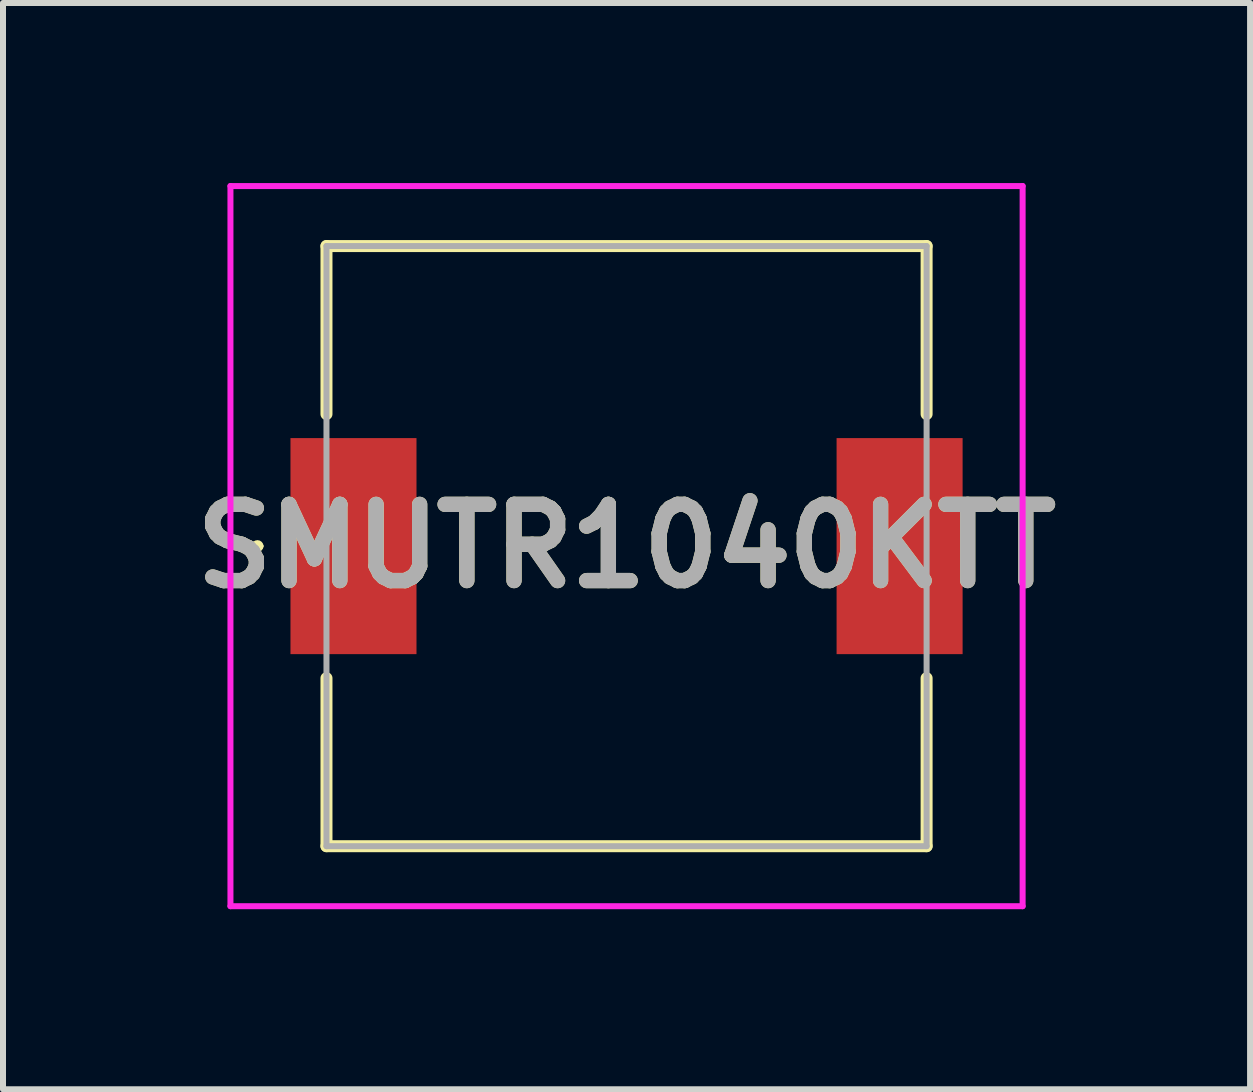
<source format=kicad_pcb>
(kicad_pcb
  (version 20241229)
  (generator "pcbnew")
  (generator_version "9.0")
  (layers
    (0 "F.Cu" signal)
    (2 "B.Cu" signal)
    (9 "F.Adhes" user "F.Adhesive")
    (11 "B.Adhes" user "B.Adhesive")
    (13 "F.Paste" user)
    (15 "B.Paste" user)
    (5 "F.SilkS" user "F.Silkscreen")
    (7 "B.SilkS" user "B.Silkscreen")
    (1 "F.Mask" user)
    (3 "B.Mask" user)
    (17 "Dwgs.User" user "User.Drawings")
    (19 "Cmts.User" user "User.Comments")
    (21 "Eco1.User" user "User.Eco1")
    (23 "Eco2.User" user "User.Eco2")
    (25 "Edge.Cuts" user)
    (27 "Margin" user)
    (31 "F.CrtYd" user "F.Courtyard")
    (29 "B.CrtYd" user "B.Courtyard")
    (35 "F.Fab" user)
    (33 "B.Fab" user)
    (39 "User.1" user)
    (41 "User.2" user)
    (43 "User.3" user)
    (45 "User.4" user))
  (footprint "SMUTR1040KTT"
    (layer "F.Cu")
    (at 7.39 6.05)
    (property "Reference" "SMUTR1040KTT" (at 0 0 0) (layer "F.SilkS") (effects (font (size 1.27 1.27) (thickness 0.254))))
    (attr smd)
    (fp_line (start -6.2 0) (end -6.2 0) (stroke (width 0.1) (type solid)) (layer "F.SilkS"))
    (fp_line (start -6.1 0) (end -6.1 0) (stroke (width 0.1) (type solid)) (layer "F.SilkS"))
    (fp_line (start -5 -5) (end 5 -5) (stroke (width 0.2) (type solid)) (layer "F.SilkS"))
    (fp_line (start -5 -2.2) (end -5 -5) (stroke (width 0.2) (type solid)) (layer "F.SilkS"))
    (fp_line (start -5 2.2) (end -5 5) (stroke (width 0.2) (type solid)) (layer "F.SilkS"))
    (fp_line (start -5 5) (end 5 5) (stroke (width 0.2) (type solid)) (layer "F.SilkS"))
    (fp_line (start 5 -5) (end 5 -2.2) (stroke (width 0.2) (type solid)) (layer "F.SilkS"))
    (fp_line (start 5 5) (end 5 2.2) (stroke (width 0.2) (type solid)) (layer "F.SilkS"))
    (fp_arc (start -6.2 0) (mid -6.15 -0.05) (end -6.1 0) (stroke (width 0.1) (type solid)) (layer "F.SilkS"))
    (fp_arc (start -6.1 0) (mid -6.15 0.05) (end -6.2 0) (stroke (width 0.1) (type solid)) (layer "F.SilkS"))
    (fp_line (start -6.6 -6) (end 6.6 -6) (stroke (width 0.1) (type solid)) (layer "F.CrtYd"))
    (fp_line (start -6.6 6) (end -6.6 -6) (stroke (width 0.1) (type solid)) (layer "F.CrtYd"))
    (fp_line (start 6.6 -6) (end 6.6 6) (stroke (width 0.1) (type solid)) (layer "F.CrtYd"))
    (fp_line (start 6.6 6) (end -6.6 6) (stroke (width 0.1) (type solid)) (layer "F.CrtYd"))
    (fp_line (start -5 -5) (end 5 -5) (stroke (width 0.1) (type solid)) (layer "F.Fab"))
    (fp_line (start -5 5) (end -5 -5) (stroke (width 0.1) (type solid)) (layer "F.Fab"))
    (fp_line (start 5 -5) (end 5 5) (stroke (width 0.1) (type solid)) (layer "F.Fab"))
    (fp_line (start 5 5) (end -5 5) (stroke (width 0.1) (type solid)) (layer "F.Fab"))
    (fp_text user "${REFERENCE}" (at 0 0 0) (layer "F.Fab") (effects (font (size 1.27 1.27) (thickness 0.254))))
    (pad "1" smd rect (at -4.55 0) (size 2.1 3.6) (layers "F.Cu" "F.Mask" "F.Paste"))
    (pad "2" smd rect (at 4.55 0) (size 2.1 3.6) (layers "F.Cu" "F.Mask" "F.Paste")))
  (gr_rect
    (start -3 -3)
    (end 17.78 15.1)
    (stroke (width 0.1) (type default))
    (fill no)
    (layer "Edge.Cuts")))
</source>
